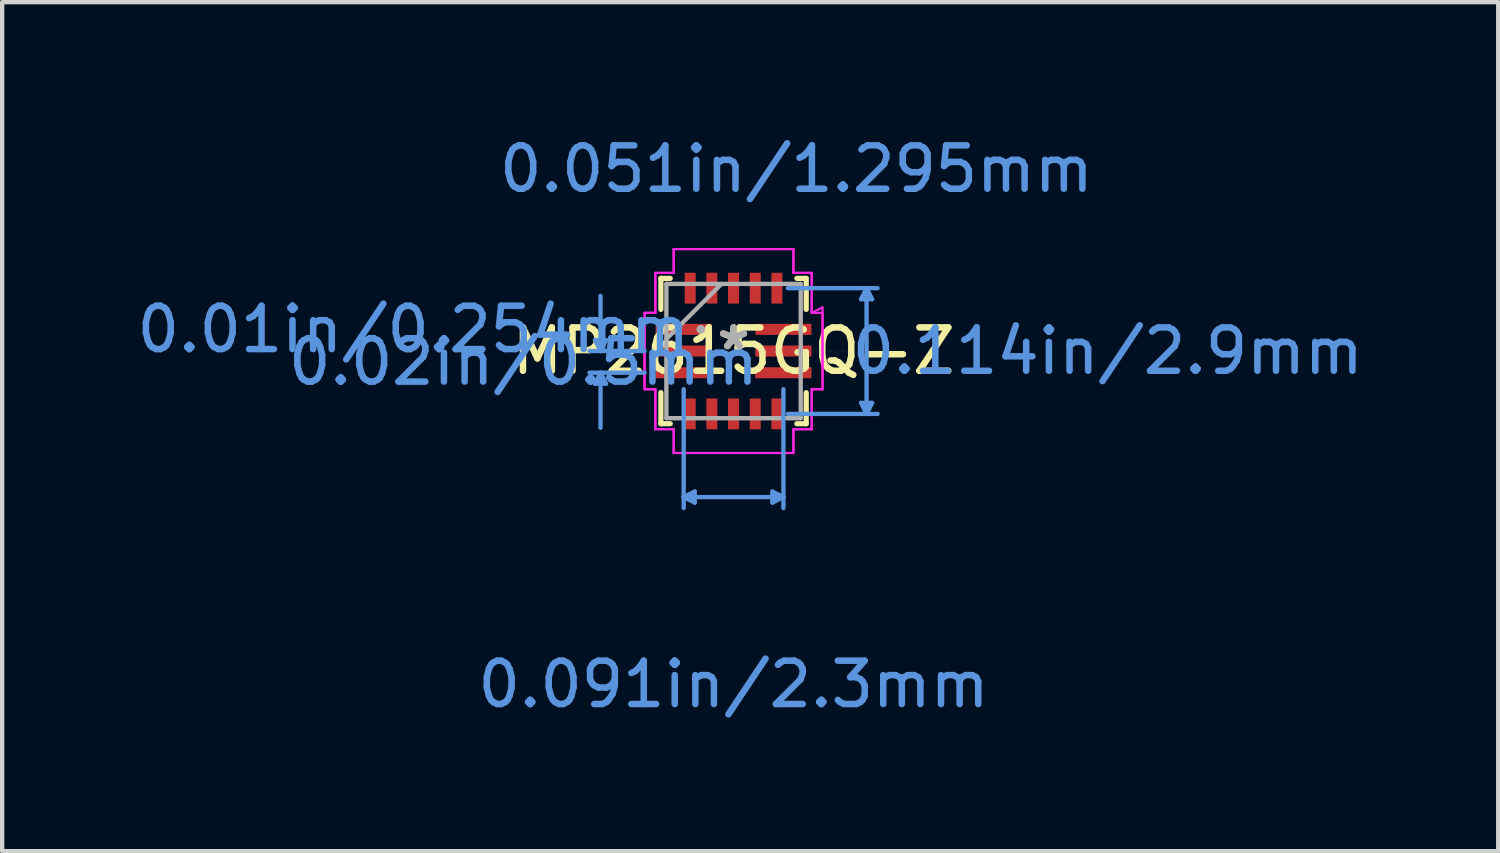
<source format=kicad_pcb>
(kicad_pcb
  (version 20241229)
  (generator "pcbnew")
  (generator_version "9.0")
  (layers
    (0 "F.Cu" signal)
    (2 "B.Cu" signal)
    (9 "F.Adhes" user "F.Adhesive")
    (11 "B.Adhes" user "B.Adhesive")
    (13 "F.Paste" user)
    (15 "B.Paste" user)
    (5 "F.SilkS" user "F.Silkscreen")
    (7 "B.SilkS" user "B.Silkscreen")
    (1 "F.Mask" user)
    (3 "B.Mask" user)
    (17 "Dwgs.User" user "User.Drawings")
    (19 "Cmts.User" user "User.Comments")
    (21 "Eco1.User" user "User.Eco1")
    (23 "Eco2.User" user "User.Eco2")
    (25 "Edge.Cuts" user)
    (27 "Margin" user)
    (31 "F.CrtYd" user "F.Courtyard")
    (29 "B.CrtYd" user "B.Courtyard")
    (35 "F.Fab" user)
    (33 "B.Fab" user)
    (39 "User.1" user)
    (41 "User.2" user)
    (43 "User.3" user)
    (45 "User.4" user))
  (footprint "MP2615GQ-Z"
    (layer "F.Cu")
    (at 13.868 5.046)
    (property "Reference" "MP2615GQ-Z" (at 0 0 0) (layer "F.SilkS") (effects (font (size 1 1) (thickness 0.15))))
    (attr through_hole)
    (fp_line (start -1.676 -1.676) (end -1.676 -0.96) (stroke (width 0.12) (type solid)) (layer "F.SilkS"))
    (fp_line (start -1.676 0.96) (end -1.676 1.676) (stroke (width 0.12) (type solid)) (layer "F.SilkS"))
    (fp_line (start -1.676 1.676) (end -1.46 1.676) (stroke (width 0.12) (type solid)) (layer "F.SilkS"))
    (fp_line (start -1.46 -1.676) (end -1.676 -1.676) (stroke (width 0.12) (type solid)) (layer "F.SilkS"))
    (fp_line (start 1.46 1.676) (end 1.676 1.676) (stroke (width 0.12) (type solid)) (layer "F.SilkS"))
    (fp_line (start 1.676 -1.676) (end 1.46 -1.676) (stroke (width 0.12) (type solid)) (layer "F.SilkS"))
    (fp_line (start 1.676 -0.96) (end 1.676 -1.676) (stroke (width 0.12) (type solid)) (layer "F.SilkS"))
    (fp_line (start 1.676 1.676) (end 1.676 0.96) (stroke (width 0.12) (type solid)) (layer "F.SilkS"))
    (fp_line (start -3.195 -0.254) (end -3.068 0) (stroke (width 0.1) (type solid)) (layer "Cmts.User"))
    (fp_line (start -3.195 0.754) (end -3.068 0.5) (stroke (width 0.1) (type solid)) (layer "Cmts.User"))
    (fp_line (start -3.068 0) (end -3.068 -1.27) (stroke (width 0.1) (type solid)) (layer "Cmts.User"))
    (fp_line (start -3.068 0) (end -2.941 -0.254) (stroke (width 0.1) (type solid)) (layer "Cmts.User"))
    (fp_line (start -3.068 0.5) (end -3.068 1.77) (stroke (width 0.1) (type solid)) (layer "Cmts.User"))
    (fp_line (start -3.068 0.5) (end -2.941 0.754) (stroke (width 0.1) (type solid)) (layer "Cmts.User"))
    (fp_line (start -2.941 -0.254) (end -3.195 -0.254) (stroke (width 0.1) (type solid)) (layer "Cmts.User"))
    (fp_line (start -2.941 0.754) (end -3.195 0.754) (stroke (width 0.1) (type solid)) (layer "Cmts.User"))
    (fp_line (start -2.052 0) (end -3.322 0) (stroke (width 0.1) (type solid)) (layer "Cmts.User"))
    (fp_line (start -2.052 0.5) (end -3.322 0.5) (stroke (width 0.1) (type solid)) (layer "Cmts.User"))
    (fp_line (start -1.15 0.881) (end -1.15 3.622) (stroke (width 0.1) (type solid)) (layer "Cmts.User"))
    (fp_line (start -1.15 3.368) (end -0.896 3.495) (stroke (width 0.1) (type solid)) (layer "Cmts.User"))
    (fp_line (start -1.15 3.368) (end 1.15 3.368) (stroke (width 0.1) (type solid)) (layer "Cmts.User"))
    (fp_line (start -0.896 3.241) (end -1.15 3.368) (stroke (width 0.1) (type solid)) (layer "Cmts.User"))
    (fp_line (start -0.896 3.495) (end -0.896 3.241) (stroke (width 0.1) (type solid)) (layer "Cmts.User"))
    (fp_line (start 0.896 3.241) (end 1.15 3.368) (stroke (width 0.1) (type solid)) (layer "Cmts.User"))
    (fp_line (start 0.896 3.495) (end 0.896 3.241) (stroke (width 0.1) (type solid)) (layer "Cmts.User"))
    (fp_line (start 1.15 0.881) (end 1.15 3.622) (stroke (width 0.1) (type solid)) (layer "Cmts.User"))
    (fp_line (start 1.15 3.368) (end 0.896 3.495) (stroke (width 0.1) (type solid)) (layer "Cmts.User"))
    (fp_line (start 1.254 -1.45) (end 3.322 -1.45) (stroke (width 0.1) (type solid)) (layer "Cmts.User"))
    (fp_line (start 1.254 1.45) (end 3.322 1.45) (stroke (width 0.1) (type solid)) (layer "Cmts.User"))
    (fp_line (start 2.941 -1.196) (end 3.195 -1.196) (stroke (width 0.1) (type solid)) (layer "Cmts.User"))
    (fp_line (start 2.941 1.196) (end 3.195 1.196) (stroke (width 0.1) (type solid)) (layer "Cmts.User"))
    (fp_line (start 3.068 -1.45) (end 2.941 -1.196) (stroke (width 0.1) (type solid)) (layer "Cmts.User"))
    (fp_line (start 3.068 1.45) (end 2.941 1.196) (stroke (width 0.1) (type solid)) (layer "Cmts.User"))
    (fp_line (start 3.068 1.45) (end 3.068 -1.45) (stroke (width 0.1) (type solid)) (layer "Cmts.User"))
    (fp_line (start 3.195 -1.196) (end 3.068 -1.45) (stroke (width 0.1) (type solid)) (layer "Cmts.User"))
    (fp_line (start 3.195 1.196) (end 3.068 1.45) (stroke (width 0.1) (type solid)) (layer "Cmts.User"))
    (fp_line (start -2.052 -0.881) (end -1.803 -0.881) (stroke (width 0.05) (type solid)) (layer "F.CrtYd"))
    (fp_line (start -2.052 -0.881) (end -1.803 -0.881) (stroke (width 0.05) (type solid)) (layer "F.CrtYd"))
    (fp_line (start -2.052 0.881) (end -2.052 -0.881) (stroke (width 0.05) (type solid)) (layer "F.CrtYd"))
    (fp_line (start -2.052 0.881) (end -2.052 -0.881) (stroke (width 0.05) (type solid)) (layer "F.CrtYd"))
    (fp_line (start -1.803 -1.803) (end -1.381 -1.803) (stroke (width 0.05) (type solid)) (layer "F.CrtYd"))
    (fp_line (start -1.803 -1.803) (end -1.381 -1.803) (stroke (width 0.05) (type solid)) (layer "F.CrtYd"))
    (fp_line (start -1.803 -0.881) (end -1.803 -1.803) (stroke (width 0.05) (type solid)) (layer "F.CrtYd"))
    (fp_line (start -1.803 -0.881) (end -1.803 -1.803) (stroke (width 0.05) (type solid)) (layer "F.CrtYd"))
    (fp_line (start -1.803 0.881) (end -2.052 0.881) (stroke (width 0.05) (type solid)) (layer "F.CrtYd"))
    (fp_line (start -1.803 0.881) (end -2.052 0.881) (stroke (width 0.05) (type solid)) (layer "F.CrtYd"))
    (fp_line (start -1.803 1.803) (end -1.803 0.881) (stroke (width 0.05) (type solid)) (layer "F.CrtYd"))
    (fp_line (start -1.803 1.803) (end -1.803 0.881) (stroke (width 0.05) (type solid)) (layer "F.CrtYd"))
    (fp_line (start -1.381 -2.352) (end 1.381 -2.352) (stroke (width 0.05) (type solid)) (layer "F.CrtYd"))
    (fp_line (start -1.381 -2.352) (end 1.381 -2.352) (stroke (width 0.05) (type solid)) (layer "F.CrtYd"))
    (fp_line (start -1.381 -1.803) (end -1.381 -2.352) (stroke (width 0.05) (type solid)) (layer "F.CrtYd"))
    (fp_line (start -1.381 -1.803) (end -1.381 -2.352) (stroke (width 0.05) (type solid)) (layer "F.CrtYd"))
    (fp_line (start -1.381 1.803) (end -1.803 1.803) (stroke (width 0.05) (type solid)) (layer "F.CrtYd"))
    (fp_line (start -1.381 1.803) (end -1.803 1.803) (stroke (width 0.05) (type solid)) (layer "F.CrtYd"))
    (fp_line (start -1.381 2.352) (end -1.381 1.803) (stroke (width 0.05) (type solid)) (layer "F.CrtYd"))
    (fp_line (start -1.381 2.352) (end -1.381 1.803) (stroke (width 0.05) (type solid)) (layer "F.CrtYd"))
    (fp_line (start 1.381 -2.352) (end 1.381 -1.803) (stroke (width 0.05) (type solid)) (layer "F.CrtYd"))
    (fp_line (start 1.381 -2.352) (end 1.381 -1.803) (stroke (width 0.05) (type solid)) (layer "F.CrtYd"))
    (fp_line (start 1.381 -1.803) (end 1.803 -1.803) (stroke (width 0.05) (type solid)) (layer "F.CrtYd"))
    (fp_line (start 1.381 -1.803) (end 1.803 -1.803) (stroke (width 0.05) (type solid)) (layer "F.CrtYd"))
    (fp_line (start 1.381 1.803) (end 1.381 2.352) (stroke (width 0.05) (type solid)) (layer "F.CrtYd"))
    (fp_line (start 1.381 1.803) (end 1.381 2.352) (stroke (width 0.05) (type solid)) (layer "F.CrtYd"))
    (fp_line (start 1.381 2.352) (end -1.381 2.352) (stroke (width 0.05) (type solid)) (layer "F.CrtYd"))
    (fp_line (start 1.381 2.352) (end -1.381 2.352) (stroke (width 0.05) (type solid)) (layer "F.CrtYd"))
    (fp_line (start 1.803 -1.803) (end 1.803 -0.881) (stroke (width 0.05) (type solid)) (layer "F.CrtYd"))
    (fp_line (start 1.803 -1.803) (end 1.803 -0.881) (stroke (width 0.05) (type solid)) (layer "F.CrtYd"))
    (fp_line (start 1.803 -0.881) (end 2.052 -1.008) (stroke (width 0.05) (type solid)) (layer "F.CrtYd"))
    (fp_line (start 1.803 -0.881) (end 2.052 -0.881) (stroke (width 0.05) (type solid)) (layer "F.CrtYd"))
    (fp_line (start 1.803 0.881) (end 1.803 1.803) (stroke (width 0.05) (type solid)) (layer "F.CrtYd"))
    (fp_line (start 1.803 0.881) (end 1.803 1.803) (stroke (width 0.05) (type solid)) (layer "F.CrtYd"))
    (fp_line (start 1.803 1.803) (end 1.381 1.803) (stroke (width 0.05) (type solid)) (layer "F.CrtYd"))
    (fp_line (start 1.803 1.803) (end 1.381 1.803) (stroke (width 0.05) (type solid)) (layer "F.CrtYd"))
    (fp_line (start 2.052 -1.008) (end 2.052 0.881) (stroke (width 0.05) (type solid)) (layer "F.CrtYd"))
    (fp_line (start 2.052 -0.881) (end 2.052 0.881) (stroke (width 0.05) (type solid)) (layer "F.CrtYd"))
    (fp_line (start 2.052 0.881) (end 1.803 0.881) (stroke (width 0.05) (type solid)) (layer "F.CrtYd"))
    (fp_line (start 2.052 0.881) (end 1.803 0.881) (stroke (width 0.05) (type solid)) (layer "F.CrtYd"))
    (fp_line (start -1.549 -1.549) (end -1.549 1.549) (stroke (width 0.1) (type solid)) (layer "F.Fab"))
    (fp_line (start -1.549 -0.279) (end -0.279 -1.549) (stroke (width 0.1) (type solid)) (layer "F.Fab"))
    (fp_line (start -1.549 1.549) (end 1.549 1.549) (stroke (width 0.1) (type solid)) (layer "F.Fab"))
    (fp_line (start 1.549 -1.549) (end -1.549 -1.549) (stroke (width 0.1) (type solid)) (layer "F.Fab"))
    (fp_line (start 1.549 1.549) (end 1.549 -1.549) (stroke (width 0.1) (type solid)) (layer "F.Fab"))
    (fp_circle (center -0.756 -0.5) (end -0.756 -0.5) (stroke (width 0.1) (type solid)) (fill no) (layer "F.Fab"))
    (fp_text user "*" (at 0 0 0) (layer "F.SilkS") (effects (font (size 1 1) (thickness 0.15))))
    (fp_text user "0.114in/2.9mm" (at 8.63 0 0) (layer "Cmts.User") (effects (font (size 1 1) (thickness 0.15))))
    (fp_text user "0.01in/0.254mm" (at -7.386 -0.5 0) (layer "Cmts.User") (effects (font (size 1 1) (thickness 0.15))))
    (fp_text user "0.02in/0.5mm" (at -4.846 0.25 0) (layer "Cmts.User") (effects (font (size 1 1) (thickness 0.15))))
    (fp_text user "0.051in/1.295mm" (at 1.45 -4.198 0) (layer "Cmts.User") (effects (font (size 1 1) (thickness 0.15))))
    (fp_text user "0.091in/2.3mm" (at 0 7.686 0) (layer "Cmts.User") (effects (font (size 1 1) (thickness 0.15))))
    (fp_text user "Copyright 2021 Accelerated Designs. All rights reserved." (at 0 0 0) (layer "Cmts.User") (effects (font (size 0.127 0.127) (thickness 0.002))))
    (fp_text user "*" (at 0 0 0) (layer "F.Fab") (effects (font (size 1 1) (thickness 0.15))))
    (pad "1" smd rect (at -1.15 -0.5) (size 1.295 0.254) (layers "F.Cu" "F.Mask" "F.Paste"))
    (pad "2" smd rect (at -1.15 0) (size 1.295 0.254) (layers "F.Cu" "F.Mask" "F.Paste"))
    (pad "3" smd rect (at -1.15 0.5) (size 1.295 0.254) (layers "F.Cu" "F.Mask" "F.Paste"))
    (pad "4" smd rect (at -1 1.45 90) (size 0.711 0.254) (layers "F.Cu" "F.Mask" "F.Paste"))
    (pad "5" smd rect (at -0.5 1.45 90) (size 0.711 0.254) (layers "F.Cu" "F.Mask" "F.Paste"))
    (pad "6" smd rect (at 0 1.45 90) (size 0.711 0.254) (layers "F.Cu" "F.Mask" "F.Paste"))
    (pad "7" smd rect (at 0.5 1.45 90) (size 0.711 0.254) (layers "F.Cu" "F.Mask" "F.Paste"))
    (pad "8" smd rect (at 1 1.45 90) (size 0.711 0.254) (layers "F.Cu" "F.Mask" "F.Paste"))
    (pad "9" smd rect (at 1.15 0.5) (size 1.295 0.254) (layers "F.Cu" "F.Mask" "F.Paste"))
    (pad "10" smd rect (at 1.15 0) (size 1.295 0.254) (layers "F.Cu" "F.Mask" "F.Paste"))
    (pad "11" smd rect (at 1.15 -0.5) (size 1.295 0.254) (layers "F.Cu" "F.Mask" "F.Paste"))
    (pad "12" smd rect (at 1 -1.45 90) (size 0.711 0.254) (layers "F.Cu" "F.Mask" "F.Paste"))
    (pad "13" smd rect (at 0.5 -1.45 90) (size 0.711 0.254) (layers "F.Cu" "F.Mask" "F.Paste"))
    (pad "14" smd rect (at 0 -1.45 90) (size 0.711 0.254) (layers "F.Cu" "F.Mask" "F.Paste"))
    (pad "15" smd rect (at -0.5 -1.45 90) (size 0.711 0.254) (layers "F.Cu" "F.Mask" "F.Paste"))
    (pad "16" smd rect (at -1 -1.45 90) (size 0.711 0.254) (layers "F.Cu" "F.Mask" "F.Paste")))
  (gr_rect
    (start -3 -3)
    (end 31.504 16.58)
    (stroke (width 0.1) (type default))
    (fill no)
    (layer "Edge.Cuts")))
</source>
